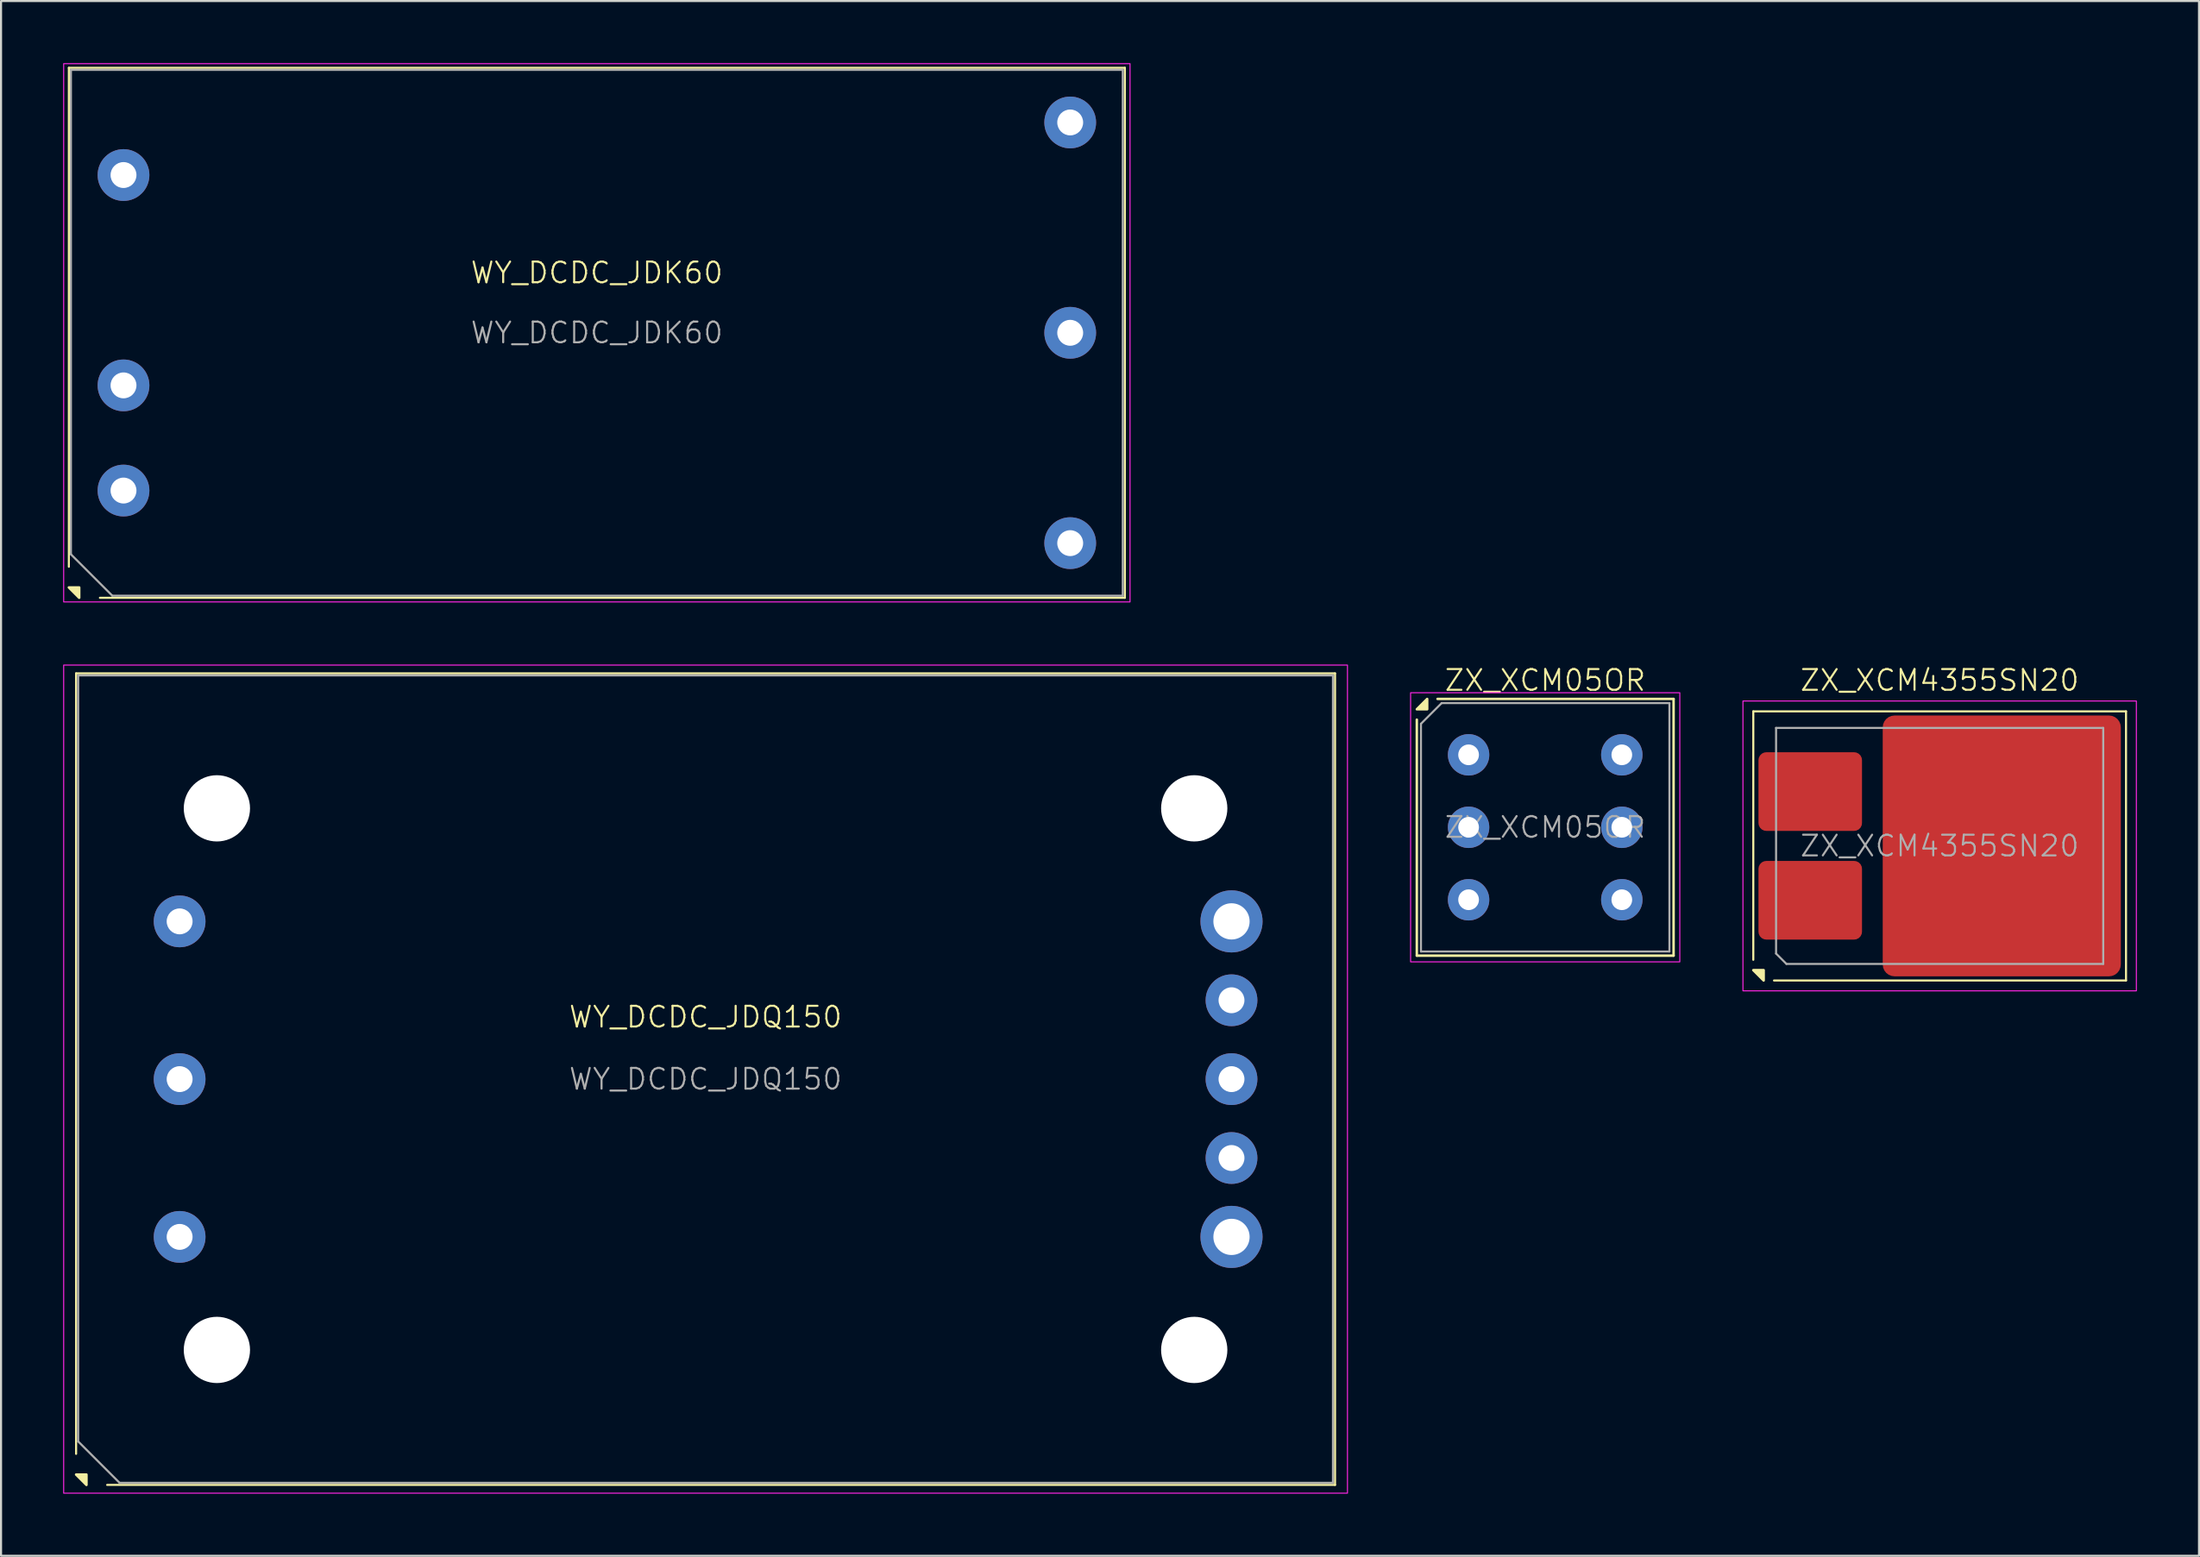
<source format=kicad_pcb>
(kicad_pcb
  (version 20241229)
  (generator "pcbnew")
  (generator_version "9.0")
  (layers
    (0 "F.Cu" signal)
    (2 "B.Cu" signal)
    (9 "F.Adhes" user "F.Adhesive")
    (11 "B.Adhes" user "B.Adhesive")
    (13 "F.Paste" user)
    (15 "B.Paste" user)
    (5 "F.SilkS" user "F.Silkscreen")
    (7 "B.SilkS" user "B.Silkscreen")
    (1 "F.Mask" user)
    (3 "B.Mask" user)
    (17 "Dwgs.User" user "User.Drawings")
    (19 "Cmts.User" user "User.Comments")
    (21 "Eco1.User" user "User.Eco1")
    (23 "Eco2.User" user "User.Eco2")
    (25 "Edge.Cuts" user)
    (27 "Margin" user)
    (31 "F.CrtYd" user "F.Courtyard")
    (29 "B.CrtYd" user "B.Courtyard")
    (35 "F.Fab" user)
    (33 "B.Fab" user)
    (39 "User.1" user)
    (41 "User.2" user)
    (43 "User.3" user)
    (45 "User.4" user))
  (footprint "ZX_XCM05OR"
    (layer "F.Cu")
    (at 71.575 36.91)
    (property "Reference" "ZX_XCM05OR" (at 0 -7.1 0) (unlocked yes) (layer "F.SilkS") (effects (font (size 1 1) (thickness 0.1))))
    (attr through_hole)
    (fp_line (start -6.2 6.2) (end -6.2 -5.2) (stroke (width 0.12) (type solid)) (layer "F.SilkS"))
    (fp_line (start -5.2 -6.2) (end 6.2 -6.2) (stroke (width 0.12) (type solid)) (layer "F.SilkS"))
    (fp_line (start 6.2 -6.2) (end 6.2 6.2) (stroke (width 0.12) (type solid)) (layer "F.SilkS"))
    (fp_line (start 6.2 6.2) (end -6.2 6.2) (stroke (width 0.12) (type solid)) (layer "F.SilkS"))
    (fp_poly (pts (xy -5.7 -5.7) (xy -6.2 -5.7) (xy -5.7 -6.2) (xy -5.7 -5.7)) (stroke (width 0.12) (type solid)) (fill yes) (layer "F.SilkS"))
    (fp_rect (start -6.5 -6.5) (end 6.5 6.5) (stroke (width 0.05) (type default)) (fill no) (layer "F.CrtYd"))
    (fp_line (start -6 -5) (end -6 6) (stroke (width 0.1) (type default)) (layer "F.Fab"))
    (fp_line (start -6 6) (end 6 6) (stroke (width 0.1) (type default)) (layer "F.Fab"))
    (fp_line (start -5 -6) (end -6 -5) (stroke (width 0.1) (type default)) (layer "F.Fab"))
    (fp_line (start -5 -6) (end 6 -6) (stroke (width 0.1) (type default)) (layer "F.Fab"))
    (fp_line (start 6 -6) (end 6 6) (stroke (width 0.1) (type default)) (layer "F.Fab"))
    (fp_text user "${REFERENCE}" (at 0 0 0) (unlocked yes) (layer "F.Fab") (effects (font (size 1 1) (thickness 0.1))))
    (pad "1" thru_hole circle (at -3.7 -3.5) (size 2 2) (drill 1) (layers "*.Cu" "*.Mask") (remove_unused_layers yes) (keep_end_layers yes) (zone_layer_connections))
    (pad "2" thru_hole circle (at -3.7 0) (size 2 2) (drill 1) (layers "*.Cu" "*.Mask") (remove_unused_layers yes) (keep_end_layers yes) (zone_layer_connections))
    (pad "3" thru_hole circle (at -3.7 3.5) (size 2 2) (drill 1) (layers "*.Cu" "*.Mask") (remove_unused_layers yes) (keep_end_layers yes) (zone_layer_connections))
    (pad "4" thru_hole circle (at 3.7 3.5) (size 2 2) (drill 1) (layers "*.Cu" "*.Mask") (remove_unused_layers yes) (keep_end_layers yes) (zone_layer_connections))
    (pad "5" thru_hole circle (at 3.7 0) (size 2 2) (drill 1) (layers "*.Cu" "*.Mask") (remove_unused_layers yes) (keep_end_layers yes) (zone_layer_connections))
    (pad "6" thru_hole circle (at 3.7 -3.5) (size 2 2) (drill 1) (layers "*.Cu" "*.Mask") (remove_unused_layers yes) (keep_end_layers yes) (zone_layer_connections)))
  (footprint "WY_DCDC_JDK60"
    (layer "F.Cu")
    (at 25.775 13.025)
    (property "Reference" "WY_DCDC_JDK60" (at 0 -2.9 0) (unlocked yes) (layer "F.SilkS") (effects (font (size 1 1) (thickness 0.1))))
    (attr through_hole)
    (fp_line (start -25.5 -12.8) (end -25.5 11.3) (stroke (width 0.1) (type default)) (layer "F.SilkS"))
    (fp_line (start -25.5 -12.8) (end 25.5 -12.8) (stroke (width 0.1) (type default)) (layer "F.SilkS"))
    (fp_line (start -24 12.8) (end 25.5 12.8) (stroke (width 0.1) (type default)) (layer "F.SilkS"))
    (fp_line (start 25.5 12.8) (end 25.5 -12.8) (stroke (width 0.1) (type default)) (layer "F.SilkS"))
    (fp_poly (pts (xy -25 12.3) (xy -25 12.8) (xy -25.5 12.3) (xy -25 12.3)) (stroke (width 0.12) (type solid)) (fill yes) (layer "F.SilkS"))
    (fp_rect (start -25.75 -13) (end 25.75 13) (stroke (width 0.05) (type default)) (fill no) (layer "F.CrtYd"))
    (fp_line (start -25.4 -12.7) (end -25.4 10.7) (stroke (width 0.1) (type default)) (layer "F.Fab"))
    (fp_line (start -25.4 -12.7) (end 25.4 -12.7) (stroke (width 0.1) (type default)) (layer "F.Fab"))
    (fp_line (start -23.4 12.7) (end -25.4 10.7) (stroke (width 0.1) (type default)) (layer "F.Fab"))
    (fp_line (start 25.4 -12.7) (end 25.4 12.7) (stroke (width 0.1) (type default)) (layer "F.Fab"))
    (fp_line (start 25.4 12.7) (end -23.4 12.7) (stroke (width 0.1) (type default)) (layer "F.Fab"))
    (fp_text user "${REFERENCE}" (at 0 0 0) (unlocked yes) (layer "F.Fab") (effects (font (size 1 1) (thickness 0.1))))
    (pad "1" thru_hole circle (at -22.86 7.62) (size 2.5 2.5) (drill 1.25) (layers "*.Cu" "*.Mask") (remove_unused_layers yes) (keep_end_layers yes) (zone_layer_connections))
    (pad "2" thru_hole circle (at -22.86 2.54) (size 2.5 2.5) (drill 1.25) (layers "*.Cu" "*.Mask") (remove_unused_layers yes) (keep_end_layers yes) (zone_layer_connections))
    (pad "3" thru_hole circle (at -22.86 -7.62) (size 2.5 2.5) (drill 1.25) (layers "*.Cu" "*.Mask") (remove_unused_layers yes) (keep_end_layers yes) (zone_layer_connections))
    (pad "4" thru_hole circle (at 22.86 -10.16) (size 2.5 2.5) (drill 1.25) (layers "*.Cu" "*.Mask") (remove_unused_layers yes) (keep_end_layers yes) (zone_layer_connections))
    (pad "5" thru_hole circle (at 22.86 0) (size 2.5 2.5) (drill 1.25) (layers "*.Cu" "*.Mask") (remove_unused_layers yes) (keep_end_layers yes) (zone_layer_connections))
    (pad "6" thru_hole circle (at 22.86 10.16) (size 2.5 2.5) (drill 1.25) (layers "*.Cu" "*.Mask") (remove_unused_layers yes) (keep_end_layers yes) (zone_layer_connections)))
  (footprint "WY_DCDC_JDQ150"
    (layer "F.Cu")
    (at 31.025 49.075)
    (property "Reference" "WY_DCDC_JDQ150" (at 0 -3 0) (unlocked yes) (layer "F.SilkS") (effects (font (size 1 1) (thickness 0.1))))
    (attr through_hole)
    (fp_line (start -30.4 -19.6) (end -30.4 18.1) (stroke (width 0.1) (type default)) (layer "F.SilkS"))
    (fp_line (start -30.4 -19.6) (end 30.4 -19.6) (stroke (width 0.1) (type default)) (layer "F.SilkS"))
    (fp_line (start 30.4 -19.6) (end 30.4 19.6) (stroke (width 0.1) (type default)) (layer "F.SilkS"))
    (fp_line (start 30.4 19.6) (end -28.9 19.6) (stroke (width 0.1) (type default)) (layer "F.SilkS"))
    (fp_poly (pts (xy -29.9 19.1) (xy -29.9 19.6) (xy -30.4 19.1) (xy -29.9 19.1)) (stroke (width 0.12) (type solid)) (fill yes) (layer "F.SilkS"))
    (fp_rect (start -31 -20) (end 31 20) (stroke (width 0.05) (type default)) (fill no) (layer "F.CrtYd"))
    (fp_line (start -30.3 -19.5) (end -30.3 17.5) (stroke (width 0.1) (type default)) (layer "F.Fab"))
    (fp_line (start -30.3 17.5) (end -28.3 19.5) (stroke (width 0.1) (type default)) (layer "F.Fab"))
    (fp_line (start 30.3 -19.5) (end -30.3 -19.5) (stroke (width 0.1) (type default)) (layer "F.Fab"))
    (fp_line (start 30.3 -19.5) (end 30.3 19.5) (stroke (width 0.1) (type default)) (layer "F.Fab"))
    (fp_line (start 30.3 19.5) (end -28.3 19.5) (stroke (width 0.1) (type default)) (layer "F.Fab"))
    (fp_text user "${REFERENCE}" (at 0 0 0) (unlocked yes) (layer "F.Fab") (effects (font (size 1 1) (thickness 0.1))))
    (pad "" np_thru_hole circle (at -23.6 -13.08 90) (size 3.2 3.2) (drill 3.2) (layers "*.Cu" "*.Mask"))
    (pad "" np_thru_hole circle (at -23.6 13.08 90) (size 3.2 3.2) (drill 3.2) (layers "*.Cu" "*.Mask"))
    (pad "" np_thru_hole circle (at 23.6 -13.08 90) (size 3.2 3.2) (drill 3.2) (layers "*.Cu" "*.Mask"))
    (pad "" np_thru_hole circle (at 23.6 13.08 90) (size 3.2 3.2) (drill 3.2) (layers "*.Cu" "*.Mask"))
    (pad "1" thru_hole circle (at -25.4 7.62) (size 2.5 2.5) (drill 1.25) (layers "*.Cu" "*.Mask") (remove_unused_layers yes) (keep_end_layers yes) (zone_layer_connections))
    (pad "2" thru_hole circle (at -25.4 0) (size 2.5 2.5) (drill 1.25) (layers "*.Cu" "*.Mask") (remove_unused_layers yes) (keep_end_layers yes) (zone_layer_connections))
    (pad "3" thru_hole circle (at -25.4 -7.62) (size 2.5 2.5) (drill 1.25) (layers "*.Cu" "*.Mask") (remove_unused_layers yes) (keep_end_layers yes) (zone_layer_connections))
    (pad "4" thru_hole circle (at 25.4 -7.62 180) (size 3 3) (drill 1.75) (layers "*.Cu" "*.Mask") (remove_unused_layers yes) (keep_end_layers yes) (zone_layer_connections))
    (pad "5" thru_hole circle (at 25.4 -3.81 180) (size 2.5 2.5) (drill 1.25) (layers "*.Cu" "*.Mask") (remove_unused_layers yes) (keep_end_layers yes) (zone_layer_connections))
    (pad "6" thru_hole circle (at 25.4 0 180) (size 2.5 2.5) (drill 1.25) (layers "*.Cu" "*.Mask") (remove_unused_layers yes) (keep_end_layers yes) (zone_layer_connections))
    (pad "7" thru_hole circle (at 25.4 3.81 180) (size 2.5 2.5) (drill 1.25) (layers "*.Cu" "*.Mask") (remove_unused_layers yes) (keep_end_layers yes) (zone_layer_connections))
    (pad "8" thru_hole circle (at 25.4 7.62 180) (size 3 3) (drill 1.75) (layers "*.Cu" "*.Mask") (remove_unused_layers yes) (keep_end_layers yes) (zone_layer_connections)))
  (footprint "ZX_XCM4355SN20"
    (layer "F.Cu")
    (at 90.625 37.81)
    (property "Reference" "ZX_XCM4355SN20" (at 0 -8 0) (unlocked yes) (layer "F.SilkS") (effects (font (size 1 1) (thickness 0.1))))
    (attr smd)
    (fp_line (start -9 -6.5) (end -9 5.5) (stroke (width 0.1) (type default)) (layer "F.SilkS"))
    (fp_line (start -9 -6.5) (end 9 -6.5) (stroke (width 0.1) (type default)) (layer "F.SilkS"))
    (fp_line (start -8 6.5) (end 9 6.5) (stroke (width 0.1) (type default)) (layer "F.SilkS"))
    (fp_line (start 9 -6.5) (end 9 6.5) (stroke (width 0.1) (type default)) (layer "F.SilkS"))
    (fp_poly (pts (xy -8.5 6) (xy -8.5 6.5) (xy -9 6) (xy -8.5 6)) (stroke (width 0.12) (type solid)) (fill yes) (layer "F.SilkS"))
    (fp_rect (start -9.5 -7) (end 9.5 7) (stroke (width 0.05) (type default)) (fill no) (layer "F.CrtYd"))
    (fp_line (start -7.9 -5.7) (end -7.9 5.2) (stroke (width 0.1) (type default)) (layer "F.Fab"))
    (fp_line (start -7.9 5.2) (end -7.4 5.7) (stroke (width 0.1) (type default)) (layer "F.Fab"))
    (fp_line (start 7.9 -5.7) (end -7.9 -5.7) (stroke (width 0.1) (type default)) (layer "F.Fab"))
    (fp_line (start 7.9 -5.7) (end 7.9 5.7) (stroke (width 0.1) (type default)) (layer "F.Fab"))
    (fp_line (start 7.9 5.7) (end -7.4 5.7) (stroke (width 0.1) (type default)) (layer "F.Fab"))
    (fp_text user "${REFERENCE}" (at 0 0 0) (unlocked yes) (layer "F.Fab") (effects (font (size 1 1) (thickness 0.1))))
    (pad "" smd roundrect (at -1 -3.27) (size 3.5 6.06) (layers "F.Paste") (roundrect_rratio 0.2))
    (pad "" smd roundrect (at -1 3.28) (size 3.5 6.06) (layers "F.Paste") (roundrect_rratio 0.2))
    (pad "" smd roundrect (at 3 -3.27) (size 3.5 6.06) (layers "F.Paste") (roundrect_rratio 0.2))
    (pad "" smd roundrect (at 3 3.28) (size 3.5 6.06) (layers "F.Paste") (roundrect_rratio 0.2))
    (pad "" smd roundrect (at 7 -3.27) (size 3.5 6.06) (layers "F.Paste") (roundrect_rratio 0.2))
    (pad "" smd roundrect (at 7 3.28) (size 3.5 6.06) (layers "F.Paste") (roundrect_rratio 0.2))
    (pad "1" smd roundrect (at -6.25 2.625) (size 5 3.8) (layers "F.Cu" "F.Mask" "F.Paste") (roundrect_rratio 0.1))
    (pad "2" smd roundrect (at 3 0) (size 11.5 12.6) (layers "F.Cu" "F.Mask") (roundrect_rratio 0.05))
    (pad "3" smd roundrect (at -6.25 -2.625) (size 5 3.8) (layers "F.Cu" "F.Mask" "F.Paste") (roundrect_rratio 0.1)))
  (gr_rect
    (start -3 -3)
    (end 103.15 72.1)
    (stroke (width 0.1) (type default))
    (fill no)
    (layer "Edge.Cuts")))
</source>
